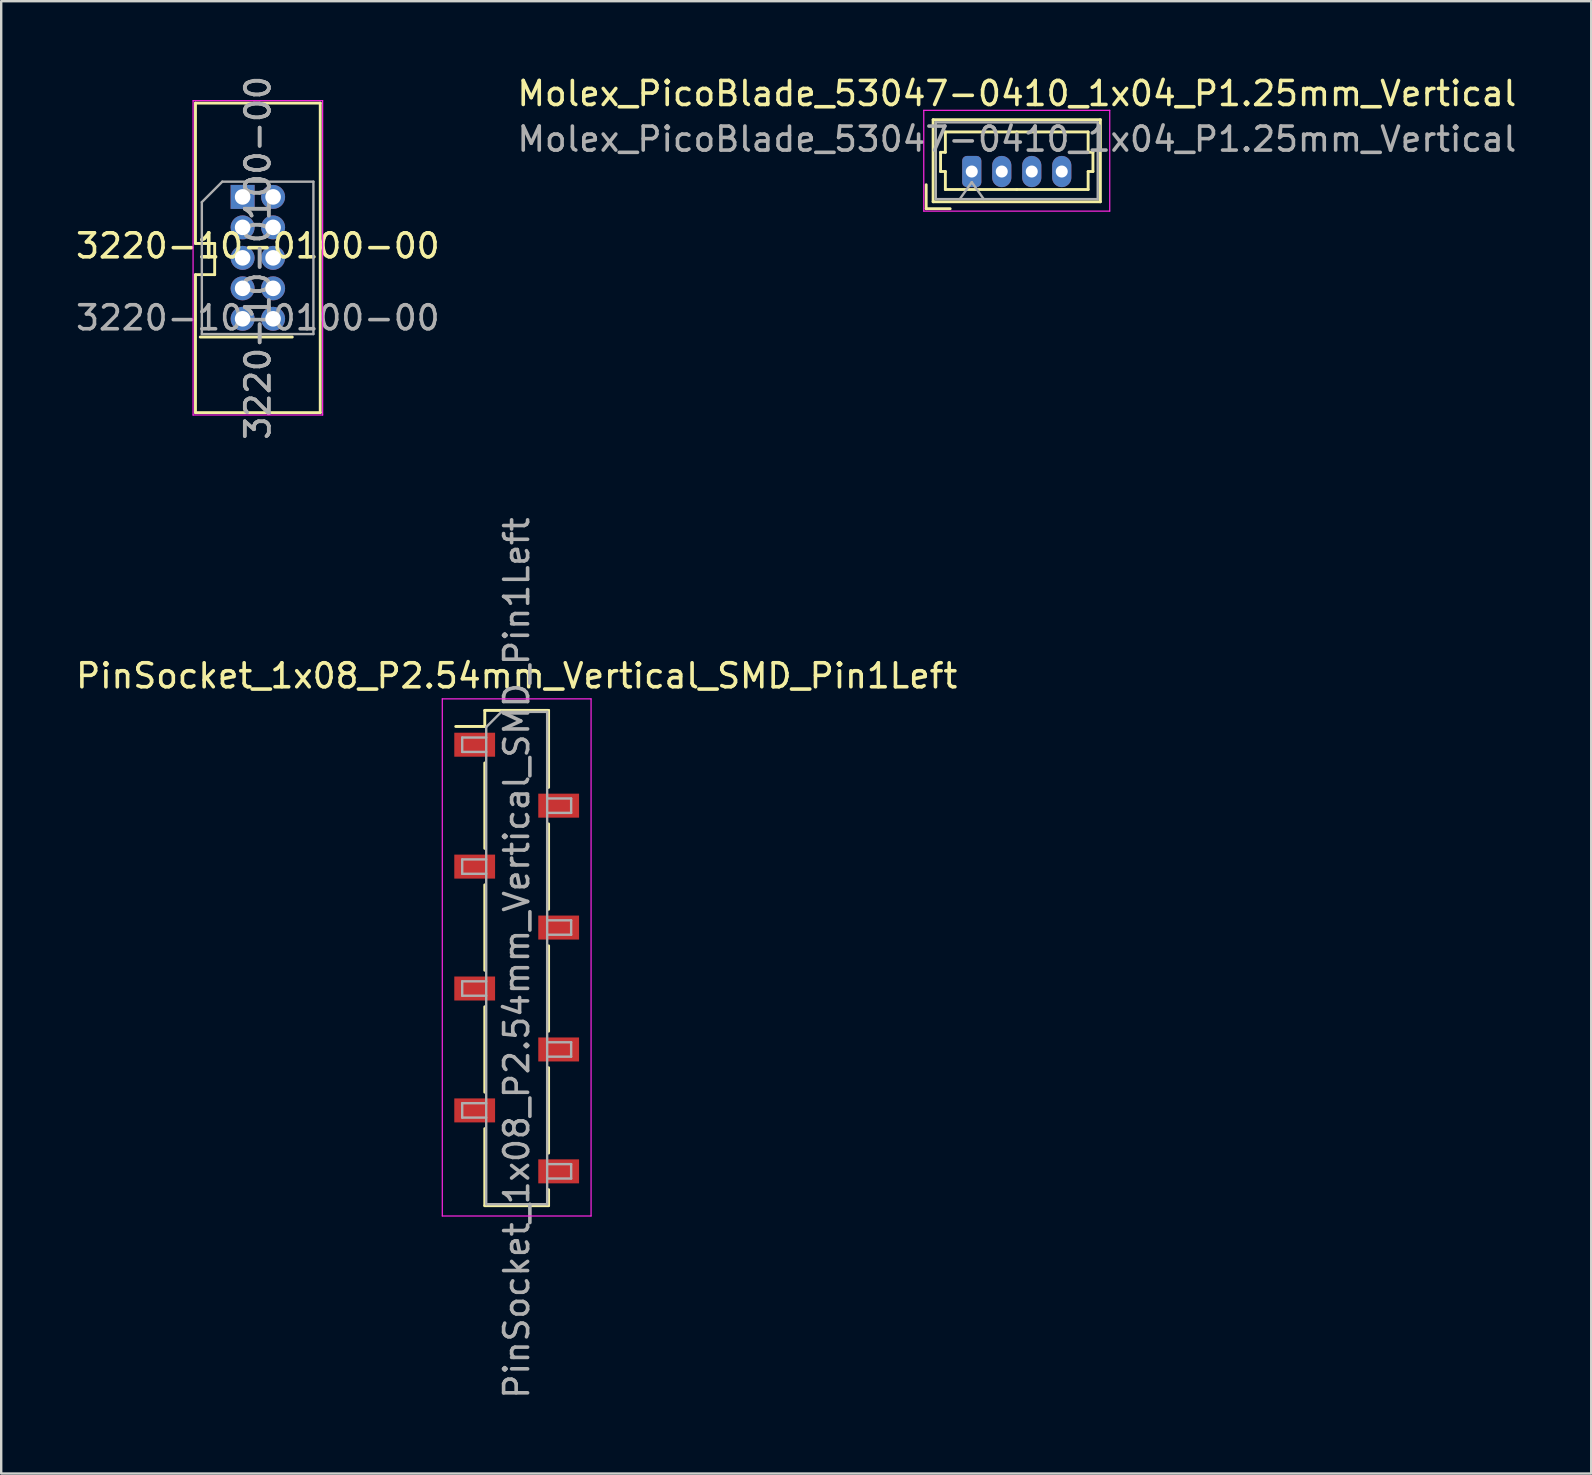
<source format=kicad_pcb>
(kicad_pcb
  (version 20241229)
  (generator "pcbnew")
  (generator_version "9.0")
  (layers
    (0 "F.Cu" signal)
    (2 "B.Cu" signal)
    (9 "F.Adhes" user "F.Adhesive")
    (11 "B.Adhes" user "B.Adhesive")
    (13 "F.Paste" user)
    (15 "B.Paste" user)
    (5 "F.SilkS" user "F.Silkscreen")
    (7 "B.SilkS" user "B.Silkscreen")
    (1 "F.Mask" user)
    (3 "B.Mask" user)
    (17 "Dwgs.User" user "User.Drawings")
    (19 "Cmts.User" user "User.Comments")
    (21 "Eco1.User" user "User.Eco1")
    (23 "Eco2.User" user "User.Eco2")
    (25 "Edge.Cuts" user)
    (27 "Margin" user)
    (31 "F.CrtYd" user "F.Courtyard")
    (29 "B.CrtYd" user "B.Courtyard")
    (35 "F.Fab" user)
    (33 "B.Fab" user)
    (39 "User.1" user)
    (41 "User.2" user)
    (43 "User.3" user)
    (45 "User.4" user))
  (footprint "Molex_PicoBlade_53047-0410_1x04_P1.25mm_Vertical"
    (layer "F.Cu")
    (at 37.447 4.098)
    (property "Reference" "Molex_PicoBlade_53047-0410_1x04_P1.25mm_Vertical" (at 1.88 -3.25 0) (layer "F.SilkS") (effects (font (size 1 1) (thickness 0.15))))
    (attr through_hole)
    (fp_line (start -1.9 1.55) (end -1.9 0.55) (stroke (width 0.12) (type solid)) (layer "F.SilkS"))
    (fp_line (start -1.9 1.55) (end -0.9 1.55) (stroke (width 0.12) (type solid)) (layer "F.SilkS"))
    (fp_line (start -1.61 -2.16) (end -1.61 1.26) (stroke (width 0.12) (type solid)) (layer "F.SilkS"))
    (fp_line (start -1.61 1.26) (end 5.36 1.26) (stroke (width 0.12) (type solid)) (layer "F.SilkS"))
    (fp_line (start -1.3 -0.8) (end -1.1 -0.8) (stroke (width 0.12) (type solid)) (layer "F.SilkS"))
    (fp_line (start -1.3 0) (end -1.3 -0.8) (stroke (width 0.12) (type solid)) (layer "F.SilkS"))
    (fp_line (start -1.1 -1.65) (end 1.875 -1.65) (stroke (width 0.12) (type solid)) (layer "F.SilkS"))
    (fp_line (start -1.1 -0.8) (end -1.1 -1.65) (stroke (width 0.12) (type solid)) (layer "F.SilkS"))
    (fp_line (start -1.1 0) (end -1.3 0) (stroke (width 0.12) (type solid)) (layer "F.SilkS"))
    (fp_line (start -1.1 0.75) (end -1.1 0) (stroke (width 0.12) (type solid)) (layer "F.SilkS"))
    (fp_line (start 1.875 0.75) (end -1.1 0.75) (stroke (width 0.12) (type solid)) (layer "F.SilkS"))
    (fp_line (start 1.875 0.75) (end 4.85 0.75) (stroke (width 0.12) (type solid)) (layer "F.SilkS"))
    (fp_line (start 4.85 -1.65) (end 1.875 -1.65) (stroke (width 0.12) (type solid)) (layer "F.SilkS"))
    (fp_line (start 4.85 -0.8) (end 4.85 -1.65) (stroke (width 0.12) (type solid)) (layer "F.SilkS"))
    (fp_line (start 4.85 0) (end 5.05 0) (stroke (width 0.12) (type solid)) (layer "F.SilkS"))
    (fp_line (start 4.85 0.75) (end 4.85 0) (stroke (width 0.12) (type solid)) (layer "F.SilkS"))
    (fp_line (start 5.05 -0.8) (end 4.85 -0.8) (stroke (width 0.12) (type solid)) (layer "F.SilkS"))
    (fp_line (start 5.05 0) (end 5.05 -0.8) (stroke (width 0.12) (type solid)) (layer "F.SilkS"))
    (fp_line (start 5.36 -2.16) (end -1.61 -2.16) (stroke (width 0.12) (type solid)) (layer "F.SilkS"))
    (fp_line (start 5.36 1.26) (end 5.36 -2.16) (stroke (width 0.12) (type solid)) (layer "F.SilkS"))
    (fp_line (start -2 -2.55) (end -2 1.65) (stroke (width 0.05) (type solid)) (layer "F.CrtYd"))
    (fp_line (start -2 1.65) (end 5.75 1.65) (stroke (width 0.05) (type solid)) (layer "F.CrtYd"))
    (fp_line (start 5.75 -2.55) (end -2 -2.55) (stroke (width 0.05) (type solid)) (layer "F.CrtYd"))
    (fp_line (start 5.75 1.65) (end 5.75 -2.55) (stroke (width 0.05) (type solid)) (layer "F.CrtYd"))
    (fp_line (start -1.5 -2.05) (end -1.5 1.15) (stroke (width 0.1) (type solid)) (layer "F.Fab"))
    (fp_line (start -1.5 1.15) (end 5.25 1.15) (stroke (width 0.1) (type solid)) (layer "F.Fab"))
    (fp_line (start -0.5 1.15) (end 0 0.443) (stroke (width 0.1) (type solid)) (layer "F.Fab"))
    (fp_line (start 0 0.443) (end 0.5 1.15) (stroke (width 0.1) (type solid)) (layer "F.Fab"))
    (fp_line (start 5.25 -2.05) (end -1.5 -2.05) (stroke (width 0.1) (type solid)) (layer "F.Fab"))
    (fp_line (start 5.25 1.15) (end 5.25 -2.05) (stroke (width 0.1) (type solid)) (layer "F.Fab"))
    (fp_text user "${REFERENCE}" (at 1.88 -1.35 0) (layer "F.Fab") (effects (font (size 1 1) (thickness 0.15))))
    (pad "1" thru_hole roundrect (at 0 0) (size 0.8 1.3) (drill 0.5) (layers "*.Cu" "*.Mask") (roundrect_rratio 0.25))
    (pad "2" thru_hole oval (at 1.25 0) (size 0.8 1.3) (drill 0.5) (layers "*.Cu" "*.Mask"))
    (pad "3" thru_hole oval (at 2.5 0) (size 0.8 1.3) (drill 0.5) (layers "*.Cu" "*.Mask"))
    (pad "4" thru_hole oval (at 3.75 0) (size 0.8 1.3) (drill 0.5) (layers "*.Cu" "*.Mask")))
  (footprint "3220-10-0100-00"
    (layer "F.Cu")
    (at 7.696 7.696)
    (property "Reference" "3220-10-0100-00" (at 0 -0.5 0) (unlocked yes) (layer "F.SilkS") (effects (font (size 1 1) (thickness 0.15))))
    (attr through_hole)
    (fp_line (start -2.6 -6.45) (end -2.6 -0.6) (stroke (width 0.12) (type solid)) (layer "F.SilkS"))
    (fp_line (start -2.6 -6.45) (end 2.6 -6.45) (stroke (width 0.12) (type solid)) (layer "F.SilkS"))
    (fp_line (start -2.6 -0.6) (end -1.8 -0.6) (stroke (width 0.12) (type solid)) (layer "F.SilkS"))
    (fp_line (start -2.6 0.7) (end -1.8 0.7) (stroke (width 0.12) (type solid)) (layer "F.SilkS"))
    (fp_line (start -2.6 6.45) (end -2.6 0.7) (stroke (width 0.12) (type solid)) (layer "F.SilkS"))
    (fp_line (start -2.6 6.45) (end 2.6 6.45) (stroke (width 0.12) (type solid)) (layer "F.SilkS"))
    (fp_line (start -1.8 0.7) (end -1.8 -0.6) (stroke (width 0.12) (type solid)) (layer "F.SilkS"))
    (fp_line (start 1.435 3.3) (end -2.4 3.3) (stroke (width 0.12) (type solid)) (layer "F.SilkS"))
    (fp_line (start 2.6 -6.45) (end 2.6 6.45) (stroke (width 0.12) (type solid)) (layer "F.SilkS"))
    (fp_line (start -2.7 -6.55) (end -2.7 6.55) (stroke (width 0.05) (type solid)) (layer "F.CrtYd"))
    (fp_line (start -2.7 6.55) (end 2.7 6.55) (stroke (width 0.05) (type solid)) (layer "F.CrtYd"))
    (fp_line (start 2.7 -6.55) (end -2.7 -6.55) (stroke (width 0.05) (type solid)) (layer "F.CrtYd"))
    (fp_line (start 2.7 -6.55) (end 2.7 6.55) (stroke (width 0.05) (type solid)) (layer "F.CrtYd"))
    (fp_line (start -2.335 -2.322) (end -1.482 -3.175) (stroke (width 0.1) (type solid)) (layer "F.Fab"))
    (fp_line (start -2.335 3.175) (end -2.335 -2.322) (stroke (width 0.1) (type solid)) (layer "F.Fab"))
    (fp_line (start -1.482 -3.175) (end 2.315 -3.175) (stroke (width 0.1) (type solid)) (layer "F.Fab"))
    (fp_line (start 2.315 -3.175) (end 2.315 3.175) (stroke (width 0.1) (type solid)) (layer "F.Fab"))
    (fp_line (start 2.315 3.175) (end -2.335 3.175) (stroke (width 0.1) (type solid)) (layer "F.Fab"))
    (fp_text user "${REFERENCE}" (at 0 0 90) (layer "F.Fab") (effects (font (size 1 1) (thickness 0.15))))
    (fp_text user "${REFERENCE}" (at 0 2.5 0) (unlocked yes) (layer "F.Fab") (effects (font (size 1 1) (thickness 0.15))))
    (fp_text user "${REFERENCE}" (at 0 0 90) (layer "F.Fab") (effects (font (size 1 1) (thickness 0.15))))
    (pad "1" thru_hole rect (at -0.635 -2.54) (size 1 1) (drill 0.65) (layers "*.Cu" "*.Mask"))
    (pad "2" thru_hole oval (at 0.635 -2.54) (size 1 1) (drill 0.65) (layers "*.Cu" "*.Mask"))
    (pad "3" thru_hole oval (at -0.635 -1.27) (size 1 1) (drill 0.65) (layers "*.Cu" "*.Mask"))
    (pad "4" thru_hole oval (at 0.635 -1.27) (size 1 1) (drill 0.65) (layers "*.Cu" "*.Mask"))
    (pad "5" thru_hole oval (at -0.635 0) (size 1 1) (drill 0.65) (layers "*.Cu" "*.Mask"))
    (pad "6" thru_hole oval (at 0.635 0) (size 1 1) (drill 0.65) (layers "*.Cu" "*.Mask"))
    (pad "7" thru_hole oval (at -0.635 1.27) (size 1 1) (drill 0.65) (layers "*.Cu" "*.Mask"))
    (pad "8" thru_hole oval (at 0.635 1.27) (size 1 1) (drill 0.65) (layers "*.Cu" "*.Mask"))
    (pad "9" thru_hole oval (at -0.635 2.54) (size 1 1) (drill 0.65) (layers "*.Cu" "*.Mask"))
    (pad "10" thru_hole oval (at 0.635 2.54) (size 1 1) (drill 0.65) (layers "*.Cu" "*.Mask")))
  (footprint "PinSocket_1x08_P2.54mm_Vertical_SMD_Pin1Left"
    (layer "F.Cu")
    (at 18.482 36.875)
    (property "Reference" "PinSocket_1x08_P2.54mm_Vertical_SMD_Pin1Left" (at 0 -11.76 0) (layer "F.SilkS") (effects (font (size 1 1) (thickness 0.15))))
    (attr smd)
    (fp_line (start -2.54 -9.65) (end -1.33 -9.65) (stroke (width 0.12) (type solid)) (layer "F.SilkS"))
    (fp_line (start -1.33 -10.32) (end -1.33 -9.65) (stroke (width 0.12) (type solid)) (layer "F.SilkS"))
    (fp_line (start -1.33 -10.32) (end 1.33 -10.32) (stroke (width 0.12) (type solid)) (layer "F.SilkS"))
    (fp_line (start -1.33 -8.13) (end -1.33 -4.57) (stroke (width 0.12) (type solid)) (layer "F.SilkS"))
    (fp_line (start -1.33 -3.05) (end -1.33 0.51) (stroke (width 0.12) (type solid)) (layer "F.SilkS"))
    (fp_line (start -1.33 2.03) (end -1.33 5.59) (stroke (width 0.12) (type solid)) (layer "F.SilkS"))
    (fp_line (start -1.33 7.11) (end -1.33 10.32) (stroke (width 0.12) (type solid)) (layer "F.SilkS"))
    (fp_line (start -1.33 10.32) (end 1.33 10.32) (stroke (width 0.12) (type solid)) (layer "F.SilkS"))
    (fp_line (start 1.33 -10.32) (end 1.33 -7.11) (stroke (width 0.12) (type solid)) (layer "F.SilkS"))
    (fp_line (start 1.33 -5.59) (end 1.33 -2.03) (stroke (width 0.12) (type solid)) (layer "F.SilkS"))
    (fp_line (start 1.33 -0.51) (end 1.33 3.05) (stroke (width 0.12) (type solid)) (layer "F.SilkS"))
    (fp_line (start 1.33 4.57) (end 1.33 8.13) (stroke (width 0.12) (type solid)) (layer "F.SilkS"))
    (fp_line (start 1.33 9.65) (end 1.33 10.32) (stroke (width 0.12) (type solid)) (layer "F.SilkS"))
    (fp_line (start -3.1 -10.8) (end 3.1 -10.8) (stroke (width 0.05) (type solid)) (layer "F.CrtYd"))
    (fp_line (start -3.1 10.75) (end -3.1 -10.8) (stroke (width 0.05) (type solid)) (layer "F.CrtYd"))
    (fp_line (start 3.1 -10.8) (end 3.1 10.75) (stroke (width 0.05) (type solid)) (layer "F.CrtYd"))
    (fp_line (start 3.1 10.75) (end -3.1 10.75) (stroke (width 0.05) (type solid)) (layer "F.CrtYd"))
    (fp_line (start -2.27 -9.19) (end -1.27 -9.19) (stroke (width 0.1) (type solid)) (layer "F.Fab"))
    (fp_line (start -2.27 -8.59) (end -2.27 -9.19) (stroke (width 0.1) (type solid)) (layer "F.Fab"))
    (fp_line (start -2.27 -4.11) (end -1.27 -4.11) (stroke (width 0.1) (type solid)) (layer "F.Fab"))
    (fp_line (start -2.27 -3.51) (end -2.27 -4.11) (stroke (width 0.1) (type solid)) (layer "F.Fab"))
    (fp_line (start -2.27 0.97) (end -1.27 0.97) (stroke (width 0.1) (type solid)) (layer "F.Fab"))
    (fp_line (start -2.27 1.57) (end -2.27 0.97) (stroke (width 0.1) (type solid)) (layer "F.Fab"))
    (fp_line (start -2.27 6.05) (end -1.27 6.05) (stroke (width 0.1) (type solid)) (layer "F.Fab"))
    (fp_line (start -2.27 6.65) (end -2.27 6.05) (stroke (width 0.1) (type solid)) (layer "F.Fab"))
    (fp_line (start -1.27 -9.625) (end -0.635 -10.26) (stroke (width 0.1) (type solid)) (layer "F.Fab"))
    (fp_line (start -1.27 -8.59) (end -2.27 -8.59) (stroke (width 0.1) (type solid)) (layer "F.Fab"))
    (fp_line (start -1.27 -3.51) (end -2.27 -3.51) (stroke (width 0.1) (type solid)) (layer "F.Fab"))
    (fp_line (start -1.27 1.57) (end -2.27 1.57) (stroke (width 0.1) (type solid)) (layer "F.Fab"))
    (fp_line (start -1.27 6.65) (end -2.27 6.65) (stroke (width 0.1) (type solid)) (layer "F.Fab"))
    (fp_line (start -1.27 10.26) (end -1.27 -9.625) (stroke (width 0.1) (type solid)) (layer "F.Fab"))
    (fp_line (start -0.635 -10.26) (end 1.27 -10.26) (stroke (width 0.1) (type solid)) (layer "F.Fab"))
    (fp_line (start 1.27 -10.26) (end 1.27 10.26) (stroke (width 0.1) (type solid)) (layer "F.Fab"))
    (fp_line (start 1.27 -6.65) (end 2.27 -6.65) (stroke (width 0.1) (type solid)) (layer "F.Fab"))
    (fp_line (start 1.27 -1.57) (end 2.27 -1.57) (stroke (width 0.1) (type solid)) (layer "F.Fab"))
    (fp_line (start 1.27 3.51) (end 2.27 3.51) (stroke (width 0.1) (type solid)) (layer "F.Fab"))
    (fp_line (start 1.27 8.59) (end 2.27 8.59) (stroke (width 0.1) (type solid)) (layer "F.Fab"))
    (fp_line (start 1.27 10.26) (end -1.27 10.26) (stroke (width 0.1) (type solid)) (layer "F.Fab"))
    (fp_line (start 2.27 -6.65) (end 2.27 -6.05) (stroke (width 0.1) (type solid)) (layer "F.Fab"))
    (fp_line (start 2.27 -6.05) (end 1.27 -6.05) (stroke (width 0.1) (type solid)) (layer "F.Fab"))
    (fp_line (start 2.27 -1.57) (end 2.27 -0.97) (stroke (width 0.1) (type solid)) (layer "F.Fab"))
    (fp_line (start 2.27 -0.97) (end 1.27 -0.97) (stroke (width 0.1) (type solid)) (layer "F.Fab"))
    (fp_line (start 2.27 3.51) (end 2.27 4.11) (stroke (width 0.1) (type solid)) (layer "F.Fab"))
    (fp_line (start 2.27 4.11) (end 1.27 4.11) (stroke (width 0.1) (type solid)) (layer "F.Fab"))
    (fp_line (start 2.27 8.59) (end 2.27 9.19) (stroke (width 0.1) (type solid)) (layer "F.Fab"))
    (fp_line (start 2.27 9.19) (end 1.27 9.19) (stroke (width 0.1) (type solid)) (layer "F.Fab"))
    (fp_text user "${REFERENCE}" (at 0 0 90) (layer "F.Fab") (effects (font (size 1 1) (thickness 0.15))))
    (pad "1" smd rect (at -1.75 -8.89) (size 1.7 1) (layers "F.Cu" "F.Mask" "F.Paste"))
    (pad "2" smd rect (at 1.75 -6.35) (size 1.7 1) (layers "F.Cu" "F.Mask" "F.Paste"))
    (pad "3" smd rect (at -1.75 -3.81) (size 1.7 1) (layers "F.Cu" "F.Mask" "F.Paste"))
    (pad "4" smd rect (at 1.75 -1.27) (size 1.7 1) (layers "F.Cu" "F.Mask" "F.Paste"))
    (pad "5" smd rect (at -1.75 1.27) (size 1.7 1) (layers "F.Cu" "F.Mask" "F.Paste"))
    (pad "6" smd rect (at 1.75 3.81) (size 1.7 1) (layers "F.Cu" "F.Mask" "F.Paste"))
    (pad "7" smd rect (at -1.75 6.35) (size 1.7 1) (layers "F.Cu" "F.Mask" "F.Paste"))
    (pad "8" smd rect (at 1.75 8.89) (size 1.7 1) (layers "F.Cu" "F.Mask" "F.Paste")))
  (gr_rect
    (start -3 -3)
    (end 63.262 58.357)
    (stroke (width 0.1) (type default))
    (fill no)
    (layer "Edge.Cuts")))
</source>
